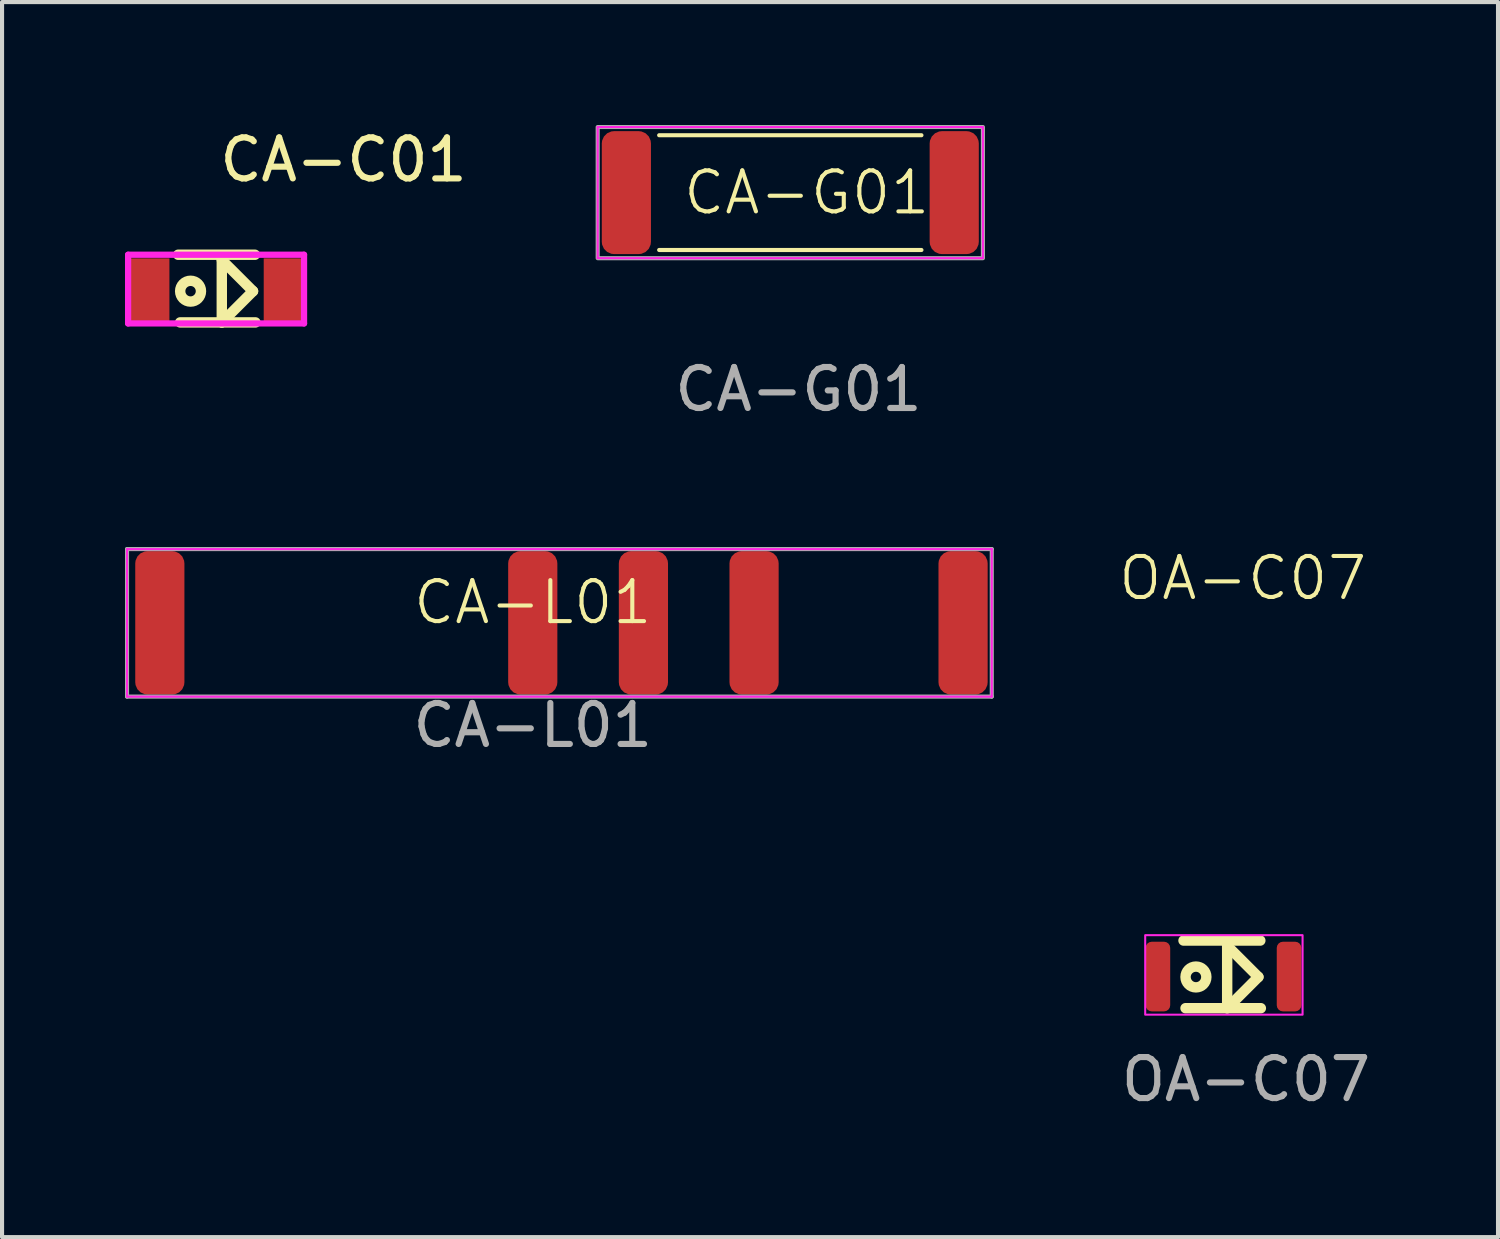
<source format=kicad_pcb>
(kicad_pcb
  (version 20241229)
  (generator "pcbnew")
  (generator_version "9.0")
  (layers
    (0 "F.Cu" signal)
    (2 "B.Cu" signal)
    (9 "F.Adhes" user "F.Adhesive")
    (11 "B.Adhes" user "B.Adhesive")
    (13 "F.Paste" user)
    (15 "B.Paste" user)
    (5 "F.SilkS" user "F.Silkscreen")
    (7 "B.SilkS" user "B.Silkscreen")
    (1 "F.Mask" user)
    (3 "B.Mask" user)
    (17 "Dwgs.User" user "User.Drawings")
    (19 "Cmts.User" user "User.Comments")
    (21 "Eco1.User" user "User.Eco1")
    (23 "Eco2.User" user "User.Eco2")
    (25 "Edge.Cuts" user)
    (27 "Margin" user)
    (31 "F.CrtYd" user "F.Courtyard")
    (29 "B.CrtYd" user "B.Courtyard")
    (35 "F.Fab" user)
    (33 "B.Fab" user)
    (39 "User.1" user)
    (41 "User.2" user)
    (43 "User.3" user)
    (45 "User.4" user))
  (footprint "CA-C01"
    (layer "F.Cu")
    (at 2.234 4.055)
    (property "Reference" "CA-C01" (at 0 -3.207 0) (layer "F.SilkS") (effects (font (size 1 1) (thickness 0.15)) (justify left)))
    (attr smd)
    (fp_line (start -0.937 -0.889) (end 0.937 -0.889) (stroke (width 0.254) (type solid)) (layer "F.SilkS"))
    (fp_line (start -0.888 0.762) (end 0.95 0.762) (stroke (width 0.254) (type solid)) (layer "F.SilkS"))
    (fp_line (start 0.128 -0.762) (end 0.128 0.762) (stroke (width 0.254) (type solid)) (layer "F.SilkS"))
    (fp_line (start 0.128 0.762) (end 0.89 0) (stroke (width 0.254) (type solid)) (layer "F.SilkS"))
    (fp_line (start 0.89 0) (end 0.128 -0.762) (stroke (width 0.254) (type solid)) (layer "F.SilkS"))
    (fp_circle (center -0.634 0) (end -0.38 0) (stroke (width 0.254) (type solid)) (fill no) (layer "F.SilkS"))
    (fp_line (start -2.158 -0.889) (end 2.135 -0.889) (stroke (width 0.152) (type solid)) (layer "F.CrtYd"))
    (fp_line (start -2.158 0.787) (end -2.158 -0.889) (stroke (width 0.152) (type solid)) (layer "F.CrtYd"))
    (fp_line (start 2.135 -0.889) (end 2.135 0.787) (stroke (width 0.152) (type solid)) (layer "F.CrtYd"))
    (fp_line (start 2.135 0.787) (end -2.158 0.787) (stroke (width 0.152) (type solid)) (layer "F.CrtYd"))
    (pad "1" smd rect (at -1.65 0) (size 1 1.6) (layers "F.Cu" "F.Mask" "F.Paste"))
    (pad "2" smd rect (at 1.651 0) (size 1 1.6) (layers "F.Cu" "F.Mask" "F.Paste")))
  (footprint "CA-L01"
    (layer "F.Cu")
    (at 12.65 12.148)
    (property "Reference" "CA-L01" (at -2.7 -0.5 0) (unlocked yes) (layer "F.SilkS") (effects (font (size 1 1) (thickness 0.1))))
    (attr smd)
    (fp_line (start -12.6 -1.8) (end -12.6 1.8) (stroke (width 0.05) (type default)) (layer "F.CrtYd"))
    (fp_line (start -12.6 1.8) (end 8.5 1.8) (stroke (width 0.05) (type default)) (layer "F.CrtYd"))
    (fp_line (start 6.9 -1.8) (end -12.6 -1.8) (stroke (width 0.05) (type default)) (layer "F.CrtYd"))
    (fp_line (start 8.5 -1.8) (end 6.9 -1.8) (stroke (width 0.05) (type default)) (layer "F.CrtYd"))
    (fp_line (start 8.5 1.8) (end 8.5 -1.8) (stroke (width 0.05) (type default)) (layer "F.CrtYd"))
    (fp_line (start -12.6 -1.8) (end -12.6 1.8) (stroke (width 0.1) (type default)) (layer "F.Fab"))
    (fp_line (start -12.6 1.8) (end 8.5 1.8) (stroke (width 0.1) (type default)) (layer "F.Fab"))
    (fp_line (start 8.5 -1.8) (end -12.6 -1.8) (stroke (width 0.1) (type default)) (layer "F.Fab"))
    (fp_line (start 8.5 1.8) (end 8.5 -1.8) (stroke (width 0.1) (type default)) (layer "F.Fab"))
    (fp_text user "${REFERENCE}" (at -2.7 2.5 0) (unlocked yes) (layer "F.Fab") (effects (font (size 1 1) (thickness 0.15))))
    (pad "1" smd roundrect (at -2.7 0) (size 1.2 3.5) (layers "F.Cu" "F.Mask" "F.Paste") (roundrect_rratio 0.25))
    (pad "2" smd roundrect (at 0 0) (size 1.2 3.5) (layers "F.Cu" "F.Mask" "F.Paste") (roundrect_rratio 0.25))
    (pad "3" smd roundrect (at 2.7 0) (size 1.2 3.5) (layers "F.Cu" "F.Mask" "F.Paste") (roundrect_rratio 0.25))
    (pad "4" smd roundrect (at -11.8 0) (size 1.2 3.5) (layers "F.Cu" "F.Mask" "F.Paste") (roundrect_rratio 0.25))
    (pad "5" smd roundrect (at 7.8 0) (size 1.2 3.5) (layers "F.Cu" "F.Mask" "F.Paste") (roundrect_rratio 0.25)))
  (footprint "OA-C07"
    (layer "F.Cu")
    (at 26.824 20.779)
    (property "Reference" "OA-C07" (at 0.45 -9.72 0) (unlocked yes) (layer "F.SilkS") (effects (font (size 1 1) (thickness 0.1))))
    (attr smd)
    (fp_line (start -0.995 -0.879) (end 0.879 -0.879) (stroke (width 0.254) (type solid)) (layer "F.SilkS"))
    (fp_line (start -0.946 0.772) (end 0.892 0.772) (stroke (width 0.254) (type solid)) (layer "F.SilkS"))
    (fp_line (start 0.07 -0.752) (end 0.07 0.772) (stroke (width 0.254) (type solid)) (layer "F.SilkS"))
    (fp_line (start 0.07 0.772) (end 0.832 0.01) (stroke (width 0.254) (type solid)) (layer "F.SilkS"))
    (fp_line (start 0.832 0.01) (end 0.07 -0.752) (stroke (width 0.254) (type solid)) (layer "F.SilkS"))
    (fp_circle (center -0.692 0.01) (end -0.438 0.01) (stroke (width 0.254) (type solid)) (fill no) (layer "F.SilkS"))
    (fp_rect (start -1.93 -1.01) (end 1.91 0.93) (stroke (width 0.05) (type default)) (fill no) (layer "F.CrtYd"))
    (fp_text user "${REFERENCE}" (at 0.53 2.51 0) (unlocked yes) (layer "F.Fab") (effects (font (size 1 1) (thickness 0.15))))
    (pad "1" smd roundrect (at -1.62 0 270) (size 1.7 0.6) (layers "F.Cu" "F.Mask" "F.Paste") (roundrect_rratio 0.25))
    (pad "2" smd roundrect (at 1.58 0 270) (size 1.7 0.6) (layers "F.Cu" "F.Mask" "F.Paste") (roundrect_rratio 0.25)))
  (footprint "CA-G01"
    (layer "F.Cu")
    (at 16.434 1.45)
    (property "Reference" "CA-G01" (at 0.2 0.2 0) (unlocked yes) (layer "F.SilkS") (effects (font (size 1 1) (thickness 0.1))))
    (attr smd)
    (fp_line (start -3.4 -1.2) (end 3 -1.2) (stroke (width 0.1) (type default)) (layer "F.SilkS"))
    (fp_line (start -3.4 1.6) (end 3 1.6) (stroke (width 0.1) (type default)) (layer "F.SilkS"))
    (fp_line (start -4.9 -1.4) (end -4.9 1.8) (stroke (width 0.05) (type default)) (layer "F.CrtYd"))
    (fp_line (start -4.9 1.8) (end -3.2 1.8) (stroke (width 0.05) (type default)) (layer "F.CrtYd"))
    (fp_line (start -3.2 1.8) (end 4.5 1.8) (stroke (width 0.05) (type default)) (layer "F.CrtYd"))
    (fp_line (start 4.5 -1.4) (end -4.9 -1.4) (stroke (width 0.05) (type default)) (layer "F.CrtYd"))
    (fp_line (start 4.5 1.8) (end 4.5 -1.4) (stroke (width 0.05) (type default)) (layer "F.CrtYd"))
    (fp_rect (start -4.9 -1.4) (end 4.5 1.8) (stroke (width 0.1) (type default)) (fill no) (layer "F.Fab"))
    (fp_text user "${REFERENCE}" (at 0 5 0) (unlocked yes) (layer "F.Fab") (effects (font (size 1 1) (thickness 0.15))))
    (pad "1" smd roundrect (at -4.2 0.2) (size 1.2 3) (layers "F.Cu" "F.Mask" "F.Paste") (roundrect_rratio 0.25))
    (pad "2" smd roundrect (at 3.8 0.2) (size 1.2 3) (layers "F.Cu" "F.Mask" "F.Paste") (roundrect_rratio 0.25)))
  (gr_rect
    (start -3 -3)
    (end 33.503 27.137)
    (stroke (width 0.1) (type default))
    (fill no)
    (layer "Edge.Cuts")))
</source>
